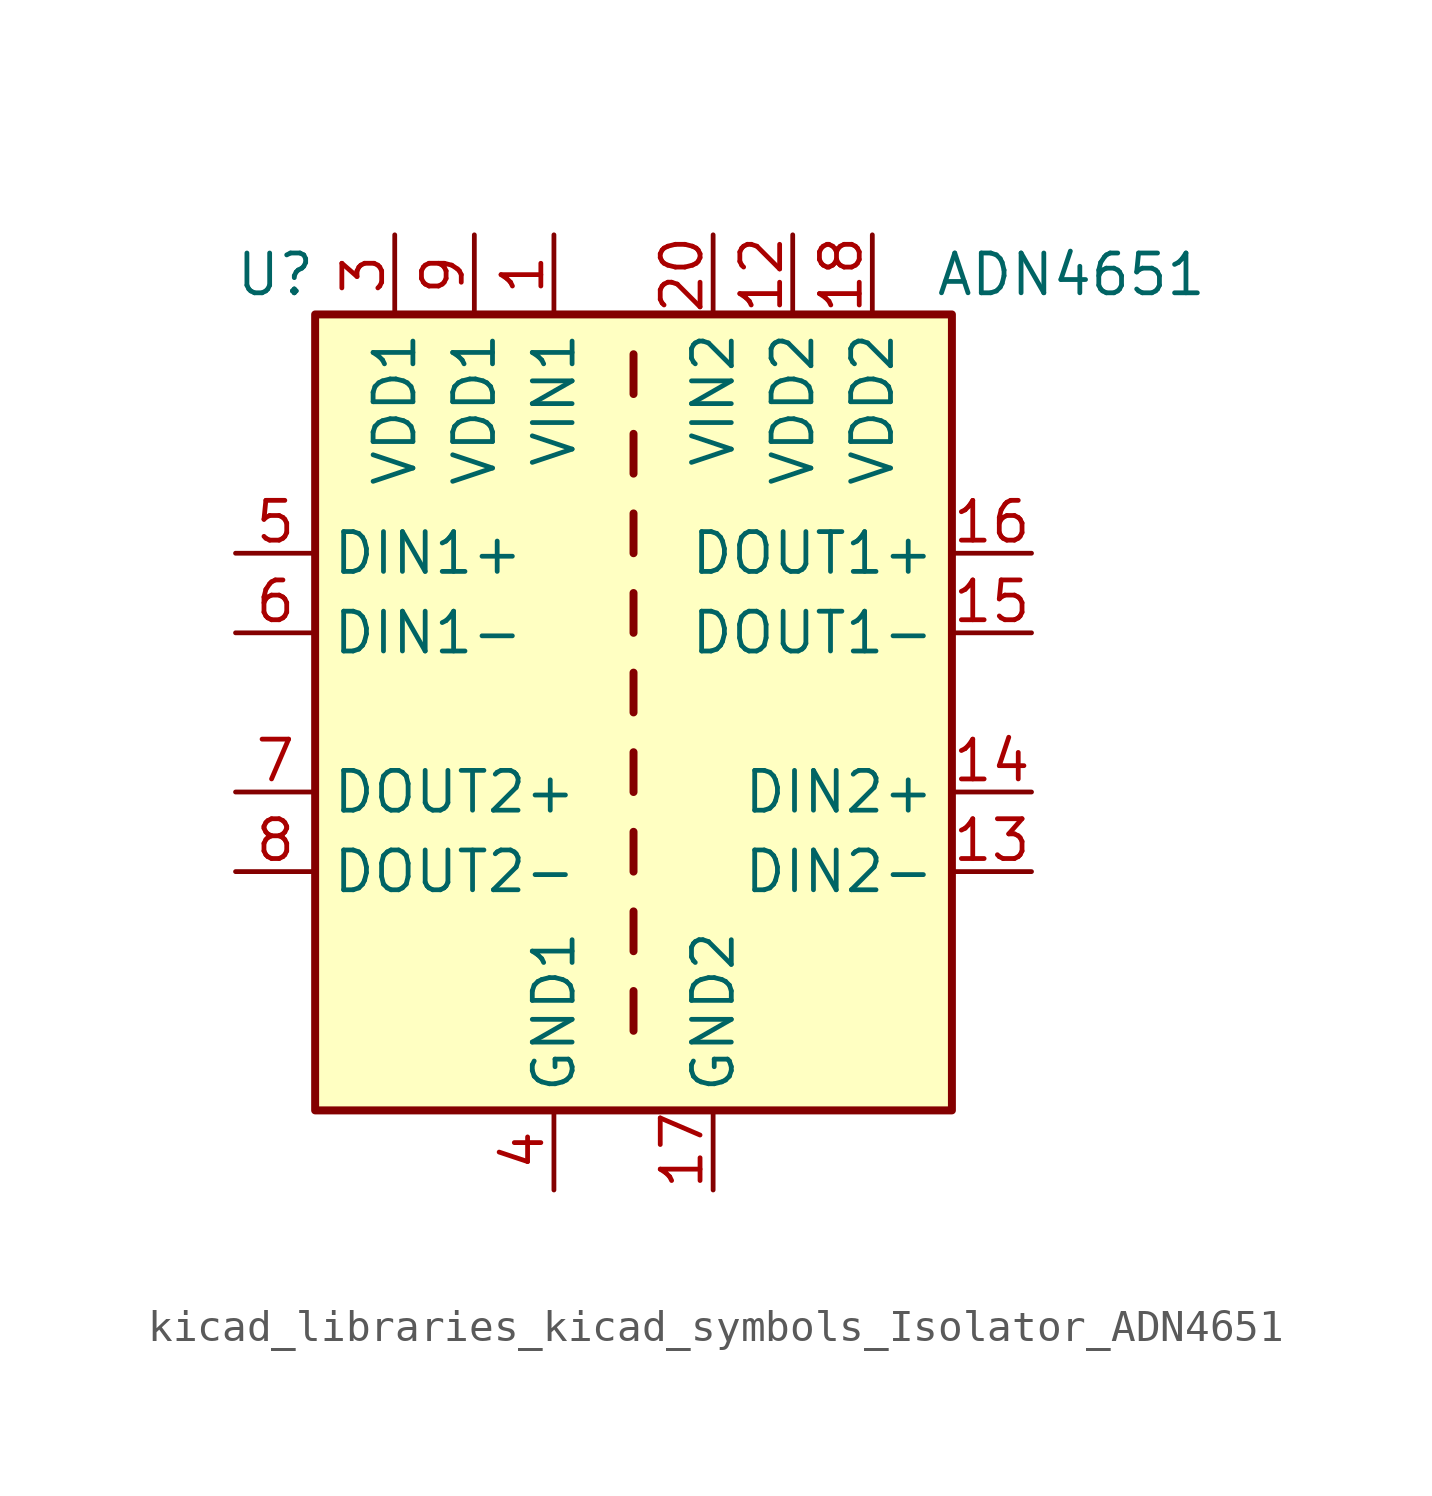
<source format=kicad_sym>
(kicad_symbol_lib
  (version 20220914)
  (generator kicad_symbol_editor)
  (symbol "kicad_libraries_kicad_symbols_Isolator_ADN4651"
    (property "Reference" "U"
      (at -11.43 13.97 0)
      (effects (font (size 1.27 1.27))))
    (property "Value" "ADN4651"
      (at 13.97 13.97 0)
      (effects (font (size 1.27 1.27))))
    (symbol "kicad_libraries_kicad_symbols_Isolator_ADN4651_0_0"
      (pin power_in line (at 5.08 15.24 270) (length 2.54) (name "VDD2" (effects (font (size 1.27 1.27)))) (number "12" (effects (font (size 1.27 1.27)))))
      (pin power_in line (at -5.08 15.24 270) (length 2.54) (name "VDD1" (effects (font (size 1.27 1.27)))) (number "9" (effects (font (size 1.27 1.27))))))
    (symbol "kicad_libraries_kicad_symbols_Isolator_ADN4651_0_1"
      (rectangle (start -10.16 12.7) (end 10.16 -12.7) (stroke (width 0.254) (type default)) (fill (type background)))
      (polyline (pts (xy 0 -8.89) (xy 0 -10.16)) (stroke (width 0.254) (type default)) (fill (type none)))
      (polyline (pts (xy 0 -6.35) (xy 0 -7.62)) (stroke (width 0.254) (type default)) (fill (type none)))
      (polyline (pts (xy 0 -3.81) (xy 0 -5.08)) (stroke (width 0.254) (type default)) (fill (type none)))
      (polyline (pts (xy 0 -1.27) (xy 0 -2.54)) (stroke (width 0.254) (type default)) (fill (type none)))
      (polyline (pts (xy 0 1.27) (xy 0 0)) (stroke (width 0.254) (type default)) (fill (type none)))
      (polyline (pts (xy 0 3.81) (xy 0 2.54)) (stroke (width 0.254) (type default)) (fill (type none)))
      (polyline (pts (xy 0 6.35) (xy 0 5.08)) (stroke (width 0.254) (type default)) (fill (type none)))
      (polyline (pts (xy 0 8.89) (xy 0 7.62)) (stroke (width 0.254) (type default)) (fill (type none)))
      (polyline (pts (xy 0 11.43) (xy 0 10.16)) (stroke (width 0.254) (type default)) (fill (type none))))
    (symbol "kicad_libraries_kicad_symbols_Isolator_ADN4651_1_1"
      (pin power_in line (at -2.54 15.24 270) (length 2.54) (name "VIN1" (effects (font (size 1.27 1.27)))) (number "1" (effects (font (size 1.27 1.27)))))
      (pin passive line (at -2.54 -15.24 90) (length 2.54) hide (name "GND1" (effects (font (size 1.27 1.27)))) (number "10" (effects (font (size 1.27 1.27)))))
      (pin passive line (at 2.54 -15.24 90) (length 2.54) hide (name "GND2" (effects (font (size 1.27 1.27)))) (number "11" (effects (font (size 1.27 1.27)))))
      (pin input line (at 12.7 -5.08 180) (length 2.54) (name "DIN2-" (effects (font (size 1.27 1.27)))) (number "13" (effects (font (size 1.27 1.27)))))
      (pin input line (at 12.7 -2.54 180) (length 2.54) (name "DIN2+" (effects (font (size 1.27 1.27)))) (number "14" (effects (font (size 1.27 1.27)))))
      (pin output line (at 12.7 2.54 180) (length 2.54) (name "DOUT1-" (effects (font (size 1.27 1.27)))) (number "15" (effects (font (size 1.27 1.27)))))
      (pin output line (at 12.7 5.08 180) (length 2.54) (name "DOUT1+" (effects (font (size 1.27 1.27)))) (number "16" (effects (font (size 1.27 1.27)))))
      (pin power_in line (at 2.54 -15.24 90) (length 2.54) (name "GND2" (effects (font (size 1.27 1.27)))) (number "17" (effects (font (size 1.27 1.27)))))
      (pin power_in line (at 7.62 15.24 270) (length 2.54) (name "VDD2" (effects (font (size 1.27 1.27)))) (number "18" (effects (font (size 1.27 1.27)))))
      (pin passive line (at 2.54 -15.24 90) (length 2.54) hide (name "GND2" (effects (font (size 1.27 1.27)))) (number "19" (effects (font (size 1.27 1.27)))))
      (pin passive line (at -2.54 -15.24 90) (length 2.54) hide (name "GND1" (effects (font (size 1.27 1.27)))) (number "2" (effects (font (size 1.27 1.27)))))
      (pin power_in line (at 2.54 15.24 270) (length 2.54) (name "VIN2" (effects (font (size 1.27 1.27)))) (number "20" (effects (font (size 1.27 1.27)))))
      (pin power_in line (at -7.62 15.24 270) (length 2.54) (name "VDD1" (effects (font (size 1.27 1.27)))) (number "3" (effects (font (size 1.27 1.27)))))
      (pin power_in line (at -2.54 -15.24 90) (length 2.54) (name "GND1" (effects (font (size 1.27 1.27)))) (number "4" (effects (font (size 1.27 1.27)))))
      (pin input line (at -12.7 5.08 0) (length 2.54) (name "DIN1+" (effects (font (size 1.27 1.27)))) (number "5" (effects (font (size 1.27 1.27)))))
      (pin input line (at -12.7 2.54 0) (length 2.54) (name "DIN1-" (effects (font (size 1.27 1.27)))) (number "6" (effects (font (size 1.27 1.27)))))
      (pin output line (at -12.7 -2.54 0) (length 2.54) (name "DOUT2+" (effects (font (size 1.27 1.27)))) (number "7" (effects (font (size 1.27 1.27)))))
      (pin output line (at -12.7 -5.08 0) (length 2.54) (name "DOUT2-" (effects (font (size 1.27 1.27)))) (number "8" (effects (font (size 1.27 1.27))))))))
</source>
